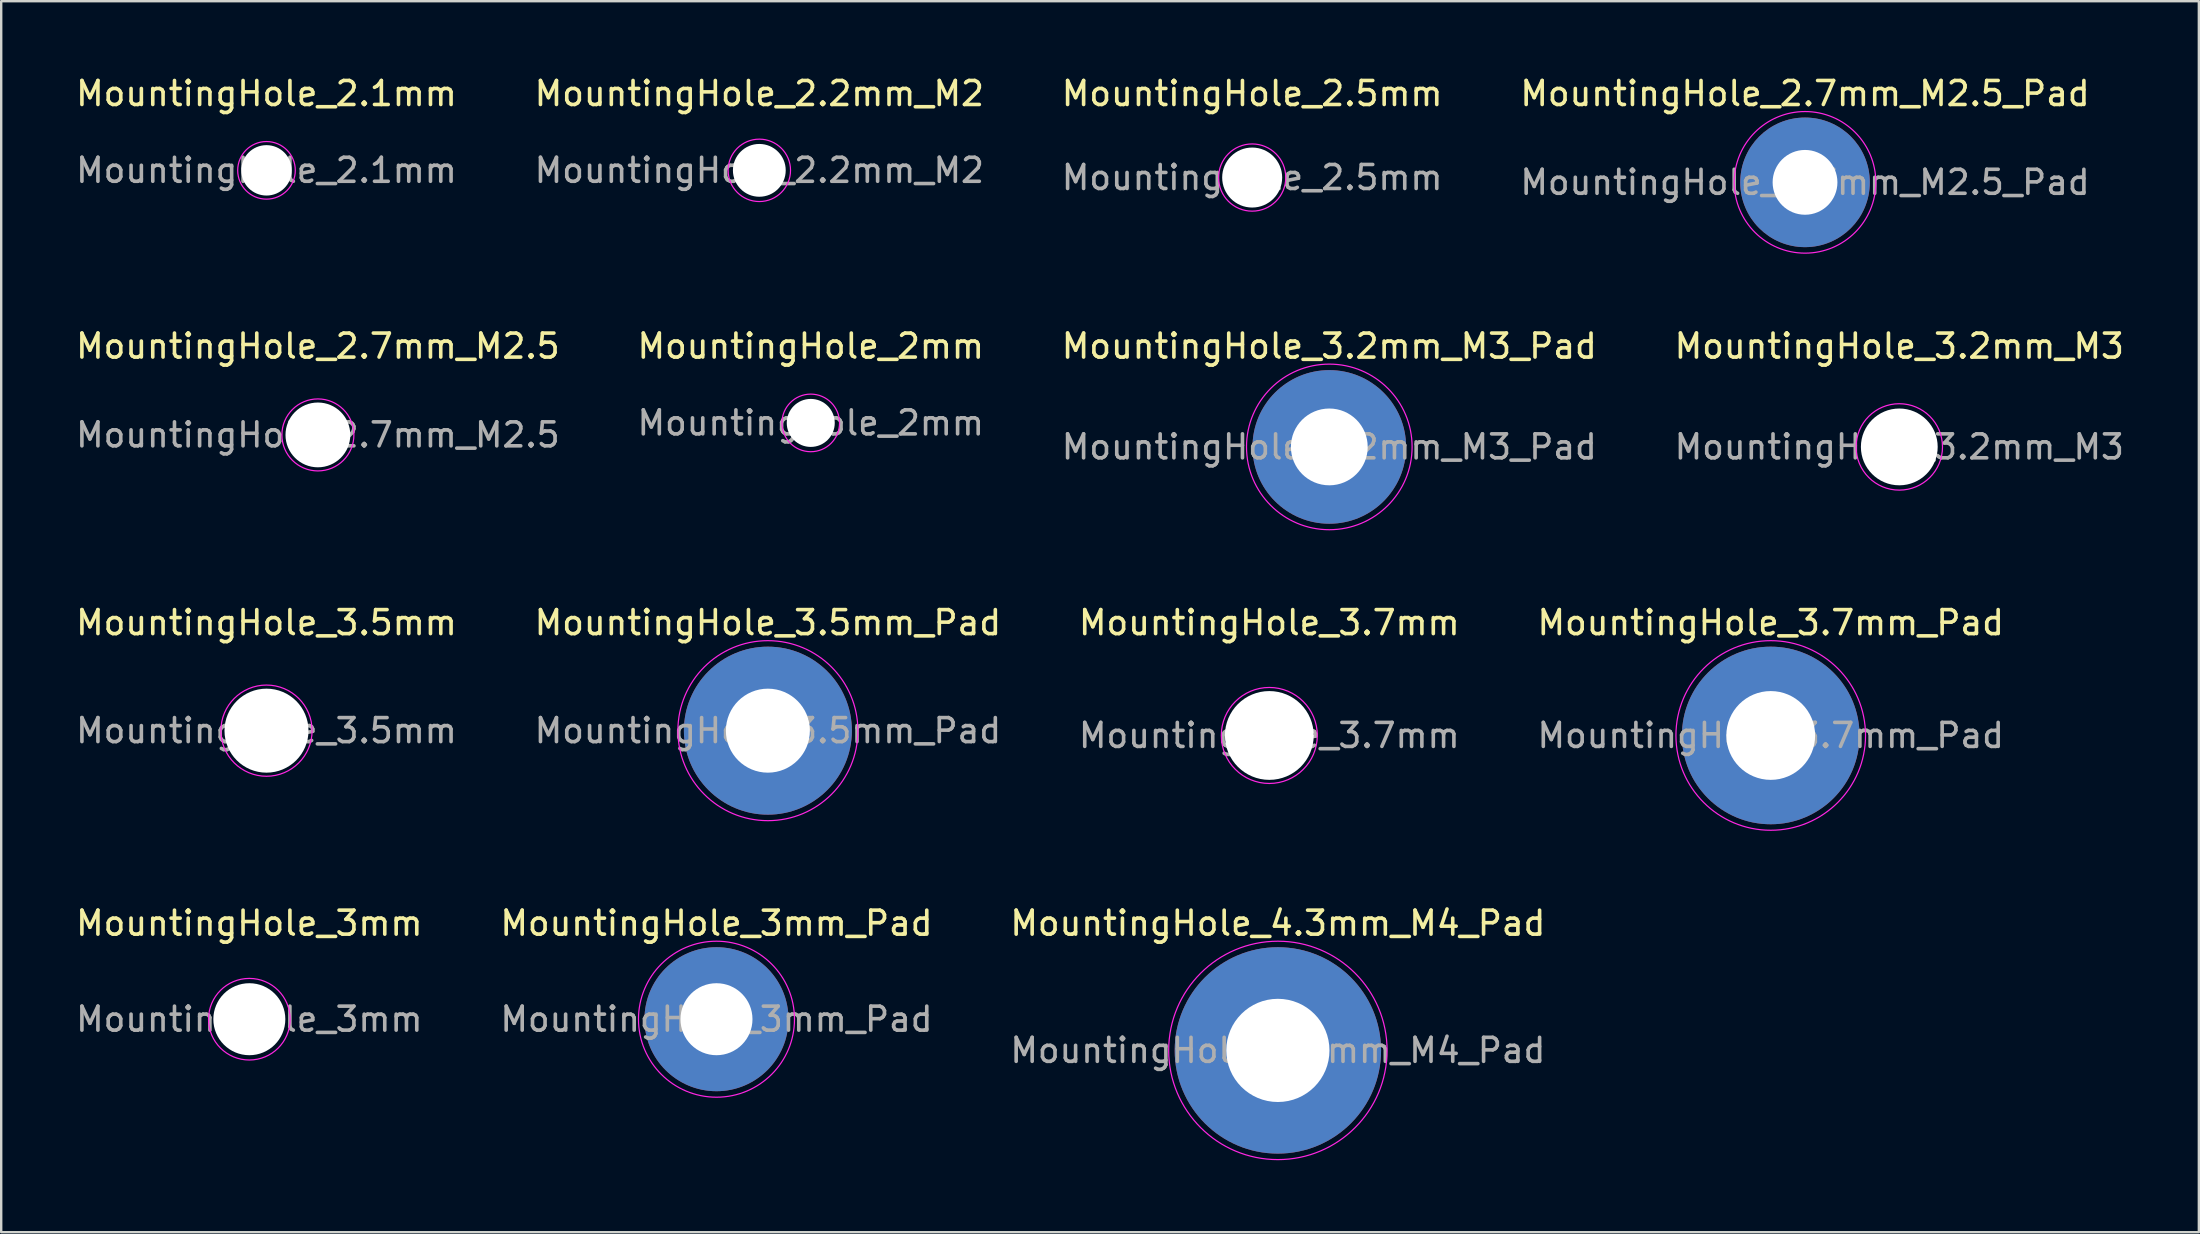
<source format=kicad_pcb>
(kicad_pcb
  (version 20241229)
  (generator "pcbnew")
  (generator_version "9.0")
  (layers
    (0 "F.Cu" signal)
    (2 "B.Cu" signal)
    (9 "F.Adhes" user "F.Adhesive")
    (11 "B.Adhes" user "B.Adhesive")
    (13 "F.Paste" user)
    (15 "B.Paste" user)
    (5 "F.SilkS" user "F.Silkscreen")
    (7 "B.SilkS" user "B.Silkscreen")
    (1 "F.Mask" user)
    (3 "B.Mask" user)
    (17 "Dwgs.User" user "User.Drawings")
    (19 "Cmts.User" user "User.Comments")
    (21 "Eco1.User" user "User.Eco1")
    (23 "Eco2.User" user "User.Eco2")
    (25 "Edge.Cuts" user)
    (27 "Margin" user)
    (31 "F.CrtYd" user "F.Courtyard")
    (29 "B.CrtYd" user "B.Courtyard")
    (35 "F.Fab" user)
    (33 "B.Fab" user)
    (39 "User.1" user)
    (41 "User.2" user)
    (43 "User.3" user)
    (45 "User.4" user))
  (footprint "MountingHole_3.7mm_Pad"
    (layer "F.Cu")
    (at 70.732 27.595)
    (property "Reference" "MountingHole_3.7mm_Pad" (at 0 -4.7 0) (layer "F.SilkS") (effects (font (size 1 1) (thickness 0.15))))
    (attr exclude_from_pos_files exclude_from_bom)
    (fp_circle (center 0 0) (end 3.95 0) (stroke (width 0.05) (type solid)) (fill no) (layer "F.CrtYd"))
    (fp_text user "${REFERENCE}" (at 0 0 0) (layer "F.Fab") (effects (font (size 1 1) (thickness 0.15))))
    (pad "1" thru_hole circle (at 0 0) (size 7.4 7.4) (drill 3.7) (layers "*.Cu" "*.Mask")))
  (footprint "MountingHole_3.2mm_M3"
    (layer "F.Cu")
    (at 76.089 15.572)
    (property "Reference" "MountingHole_3.2mm_M3" (at 0 -4.2 0) (layer "F.SilkS") (effects (font (size 1 1) (thickness 0.15))))
    (attr exclude_from_pos_files exclude_from_bom)
    (fp_circle (center 0 0) (end 1.8 0) (stroke (width 0.05) (type solid)) (fill no) (layer "F.CrtYd"))
    (fp_text user "${REFERENCE}" (at 0 0 0) (layer "F.Fab") (effects (font (size 1 1) (thickness 0.15))))
    (pad "" np_thru_hole circle (at 0 0) (size 3.2 3.2) (drill 3.2) (layers "*.Cu" "*.Mask")))
  (footprint "MountingHole_3mm_Pad"
    (layer "F.Cu")
    (at 26.804 39.418)
    (property "Reference" "MountingHole_3mm_Pad" (at 0 -4 0) (layer "F.SilkS") (effects (font (size 1 1) (thickness 0.15))))
    (attr exclude_from_pos_files exclude_from_bom)
    (fp_circle (center 0 0) (end 3.25 0) (stroke (width 0.05) (type solid)) (fill no) (layer "F.CrtYd"))
    (fp_text user "${REFERENCE}" (at 0 0 0) (layer "F.Fab") (effects (font (size 1 1) (thickness 0.15))))
    (pad "1" thru_hole circle (at 0 0) (size 6 6) (drill 3) (layers "*.Cu" "*.Mask")))
  (footprint "MountingHole_4.3mm_M4_Pad"
    (layer "F.Cu")
    (at 50.196 40.718)
    (property "Reference" "MountingHole_4.3mm_M4_Pad" (at 0 -5.3 0) (layer "F.SilkS") (effects (font (size 1 1) (thickness 0.15))))
    (attr exclude_from_pos_files exclude_from_bom)
    (fp_circle (center 0 0) (end 4.55 0) (stroke (width 0.05) (type solid)) (fill no) (layer "F.CrtYd"))
    (fp_text user "${REFERENCE}" (at 0 0 0) (layer "F.Fab") (effects (font (size 1 1) (thickness 0.15))))
    (pad "1" thru_hole circle (at 0 0) (size 8.6 8.6) (drill 4.3) (layers "*.Cu" "*.Mask")))
  (footprint "MountingHole_3.2mm_M3_Pad"
    (layer "F.Cu")
    (at 52.339 15.572)
    (property "Reference" "MountingHole_3.2mm_M3_Pad" (at 0 -4.2 0) (layer "F.SilkS") (effects (font (size 1 1) (thickness 0.15))))
    (attr exclude_from_pos_files exclude_from_bom)
    (fp_circle (center 0 0) (end 3.45 0) (stroke (width 0.05) (type solid)) (fill no) (layer "F.CrtYd"))
    (fp_text user "${REFERENCE}" (at 0 0 0) (layer "F.Fab") (effects (font (size 1 1) (thickness 0.15))))
    (pad "1" thru_hole circle (at 0 0) (size 6.4 6.4) (drill 3.2) (layers "*.Cu" "*.Mask")))
  (footprint "MountingHole_3.5mm"
    (layer "F.Cu")
    (at 8.054 27.395)
    (property "Reference" "MountingHole_3.5mm" (at 0 -4.5 0) (layer "F.SilkS") (effects (font (size 1 1) (thickness 0.15))))
    (attr exclude_from_pos_files exclude_from_bom)
    (fp_circle (center 0 0) (end 1.9 0) (stroke (width 0.05) (type solid)) (fill no) (layer "F.CrtYd"))
    (fp_text user "${REFERENCE}" (at 0 0 0) (layer "F.Fab") (effects (font (size 1 1) (thickness 0.15))))
    (pad "" np_thru_hole circle (at 0 0) (size 3.5 3.5) (drill 3.5) (layers "*.Cu" "*.Mask")))
  (footprint "MountingHole_3.7mm"
    (layer "F.Cu")
    (at 49.839 27.595)
    (property "Reference" "MountingHole_3.7mm" (at 0 -4.7 0) (layer "F.SilkS") (effects (font (size 1 1) (thickness 0.15))))
    (attr exclude_from_pos_files exclude_from_bom)
    (fp_circle (center 0 0) (end 2 0) (stroke (width 0.05) (type solid)) (fill no) (layer "F.CrtYd"))
    (fp_text user "${REFERENCE}" (at 0 0 0) (layer "F.Fab") (effects (font (size 1 1) (thickness 0.15))))
    (pad "" np_thru_hole circle (at 0 0) (size 3.7 3.7) (drill 3.7) (layers "*.Cu" "*.Mask")))
  (footprint "MountingHole_2.7mm_M2.5_Pad"
    (layer "F.Cu")
    (at 72.161 4.548)
    (property "Reference" "MountingHole_2.7mm_M2.5_Pad" (at 0 -3.7 0) (layer "F.SilkS") (effects (font (size 1 1) (thickness 0.15))))
    (attr exclude_from_pos_files exclude_from_bom)
    (fp_circle (center 0 0) (end 2.95 0) (stroke (width 0.05) (type solid)) (fill no) (layer "F.CrtYd"))
    (fp_text user "${REFERENCE}" (at 0 0 0) (layer "F.Fab") (effects (font (size 1 1) (thickness 0.15))))
    (pad "1" thru_hole circle (at 0 0) (size 5.4 5.4) (drill 2.7) (layers "*.Cu" "*.Mask")))
  (footprint "MountingHole_2mm"
    (layer "F.Cu")
    (at 30.732 14.572)
    (property "Reference" "MountingHole_2mm" (at 0 -3.2 0) (layer "F.SilkS") (effects (font (size 1 1) (thickness 0.15))))
    (attr exclude_from_pos_files exclude_from_bom)
    (fp_circle (center 0 0) (end 1.2 0) (stroke (width 0.05) (type solid)) (fill no) (layer "F.CrtYd"))
    (fp_text user "${REFERENCE}" (at 0 0 0) (layer "F.Fab") (effects (font (size 1 1) (thickness 0.15))))
    (pad "" np_thru_hole circle (at 0 0) (size 2 2) (drill 2) (layers "*.Cu" "*.Mask")))
  (footprint "MountingHole_2.5mm"
    (layer "F.Cu")
    (at 49.125 4.348)
    (property "Reference" "MountingHole_2.5mm" (at 0 -3.5 0) (layer "F.SilkS") (effects (font (size 1 1) (thickness 0.15))))
    (attr exclude_from_pos_files exclude_from_bom)
    (fp_circle (center 0 0) (end 1.4 0) (stroke (width 0.05) (type solid)) (fill no) (layer "F.CrtYd"))
    (fp_text user "${REFERENCE}" (at 0 0 0) (layer "F.Fab") (effects (font (size 1 1) (thickness 0.15))))
    (pad "" np_thru_hole circle (at 0 0) (size 2.5 2.5) (drill 2.5) (layers "*.Cu" "*.Mask")))
  (footprint "MountingHole_2.1mm"
    (layer "F.Cu")
    (at 8.054 4.048)
    (property "Reference" "MountingHole_2.1mm" (at 0 -3.2 0) (layer "F.SilkS") (effects (font (size 1 1) (thickness 0.15))))
    (attr exclude_from_pos_files exclude_from_bom)
    (fp_circle (center 0 0) (end 1.2 0) (stroke (width 0.05) (type solid)) (fill no) (layer "F.CrtYd"))
    (fp_text user "${REFERENCE}" (at 0 0 0) (layer "F.Fab") (effects (font (size 1 1) (thickness 0.15))))
    (pad "" np_thru_hole circle (at 0 0) (size 2.1 2.1) (drill 2.1) (layers "*.Cu" "*.Mask")))
  (footprint "MountingHole_2.7mm_M2.5"
    (layer "F.Cu")
    (at 10.196 15.072)
    (property "Reference" "MountingHole_2.7mm_M2.5" (at 0 -3.7 0) (layer "F.SilkS") (effects (font (size 1 1) (thickness 0.15))))
    (attr exclude_from_pos_files exclude_from_bom)
    (fp_circle (center 0 0) (end 1.5 0) (stroke (width 0.05) (type solid)) (fill no) (layer "F.CrtYd"))
    (fp_text user "${REFERENCE}" (at 0 0 0) (layer "F.Fab") (effects (font (size 1 1) (thickness 0.15))))
    (pad "" np_thru_hole circle (at 0 0) (size 2.7 2.7) (drill 2.7) (layers "*.Cu" "*.Mask")))
  (footprint "MountingHole_2.2mm_M2"
    (layer "F.Cu")
    (at 28.589 4.048)
    (property "Reference" "MountingHole_2.2mm_M2" (at 0 -3.2 0) (layer "F.SilkS") (effects (font (size 1 1) (thickness 0.15))))
    (attr exclude_from_pos_files exclude_from_bom)
    (fp_circle (center 0 0) (end 1.3 0) (stroke (width 0.05) (type solid)) (fill no) (layer "F.CrtYd"))
    (fp_text user "${REFERENCE}" (at 0 0 0) (layer "F.Fab") (effects (font (size 1 1) (thickness 0.15))))
    (pad "" np_thru_hole circle (at 0 0) (size 2.2 2.2) (drill 2.2) (layers "*.Cu" "*.Mask")))
  (footprint "MountingHole_3mm"
    (layer "F.Cu")
    (at 7.339 39.418)
    (property "Reference" "MountingHole_3mm" (at 0 -4 0) (layer "F.SilkS") (effects (font (size 1 1) (thickness 0.15))))
    (attr exclude_from_pos_files exclude_from_bom)
    (fp_circle (center 0 0) (end 1.7 0) (stroke (width 0.05) (type solid)) (fill no) (layer "F.CrtYd"))
    (fp_text user "${REFERENCE}" (at 0 0 0) (layer "F.Fab") (effects (font (size 1 1) (thickness 0.15))))
    (pad "" np_thru_hole circle (at 0 0) (size 3 3) (drill 3) (layers "*.Cu" "*.Mask")))
  (footprint "MountingHole_3.5mm_Pad"
    (layer "F.Cu")
    (at 28.946 27.395)
    (property "Reference" "MountingHole_3.5mm_Pad" (at 0 -4.5 0) (layer "F.SilkS") (effects (font (size 1 1) (thickness 0.15))))
    (attr exclude_from_pos_files exclude_from_bom)
    (fp_circle (center 0 0) (end 3.75 0) (stroke (width 0.05) (type solid)) (fill no) (layer "F.CrtYd"))
    (fp_text user "${REFERENCE}" (at 0 0 0) (layer "F.Fab") (effects (font (size 1 1) (thickness 0.15))))
    (pad "1" thru_hole circle (at 0 0) (size 7 7) (drill 3.5) (layers "*.Cu" "*.Mask")))
  (gr_rect
    (start -3 -3)
    (end 88.571 48.293)
    (stroke (width 0.1) (type default))
    (fill no)
    (layer "Edge.Cuts")))
</source>
